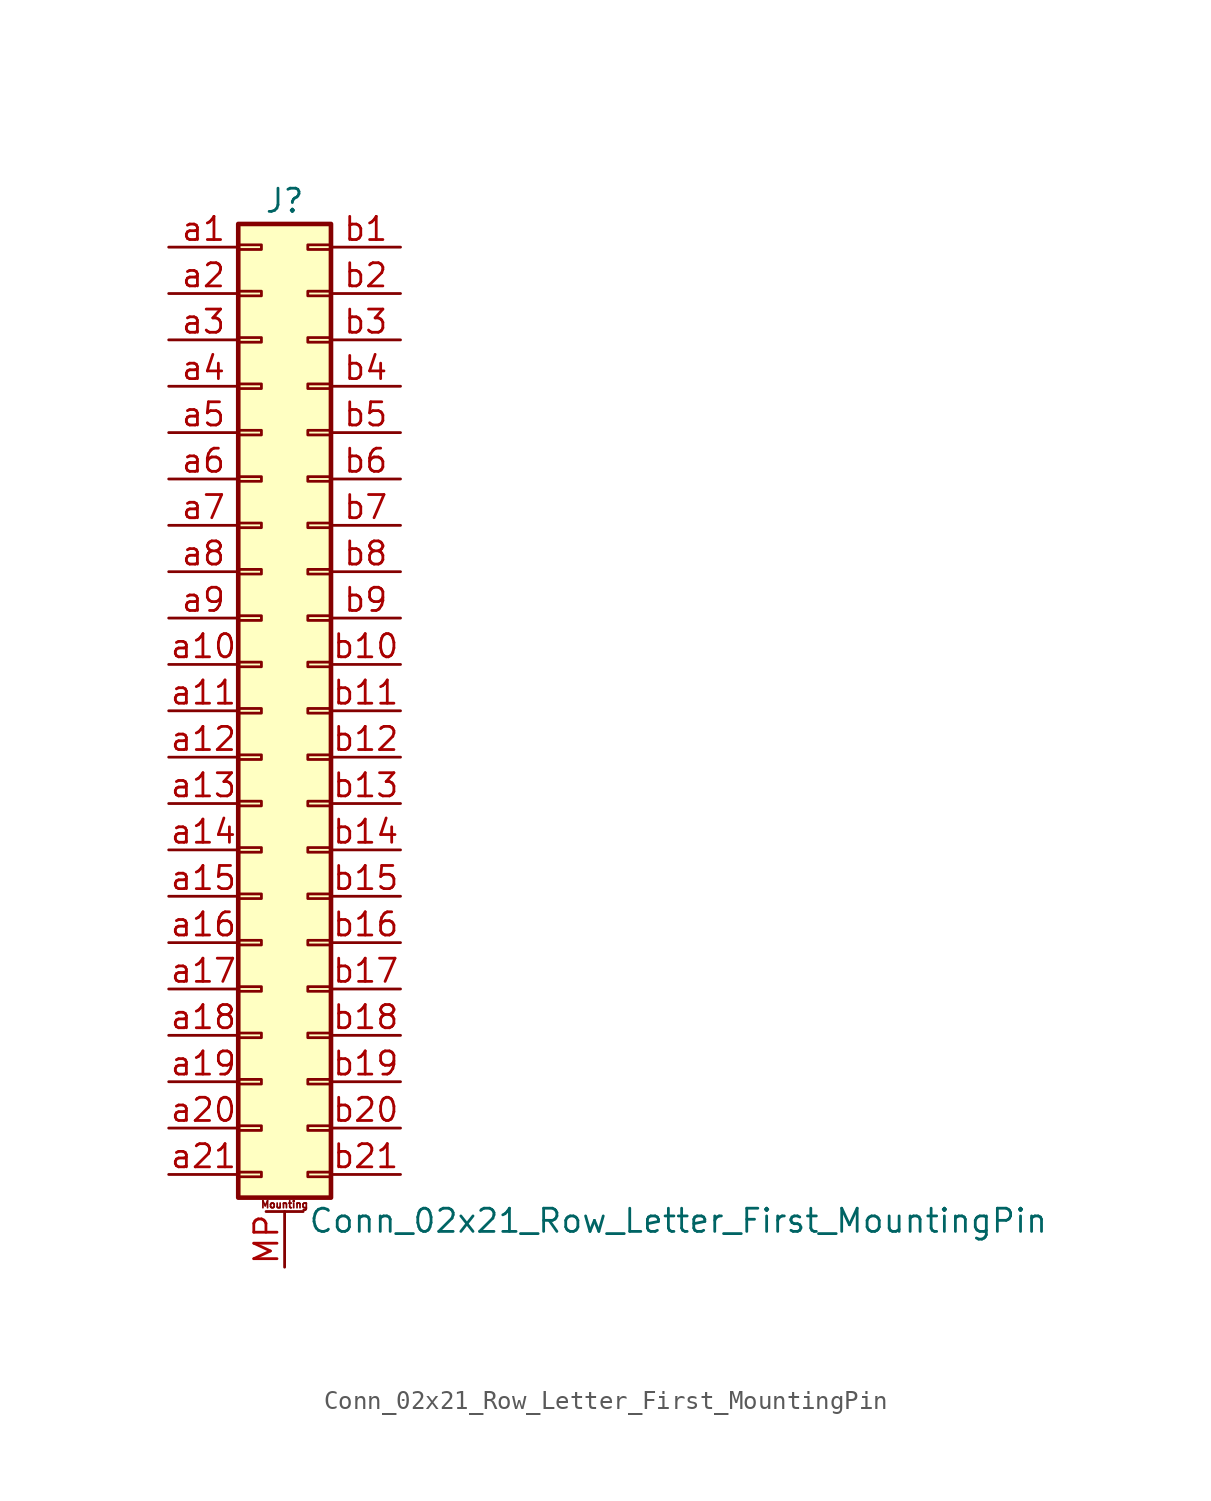
<source format=kicad_sym>
(kicad_symbol_lib
  (version 20211014)
  (generator kicad_symbol_editor)
  (symbol "Conn_02x21_Row_Letter_First_MountingPin"
    (pin_names
      (offset 1.016) hide)
    (property "Reference" "J"
      (at 1.27 27.94 0)
      (effects (font (size 1.27 1.27))))
    (property "Value" "Conn_02x21_Row_Letter_First_MountingPin"
      (at 2.54 -27.94 0)
      (effects (font (size 1.27 1.27)) (justify left)))
    (symbol "Conn_02x21_Row_Letter_First_MountingPin_1_1"
      (rectangle (start -1.27 -25.273) (end 0 -25.527) (stroke (width 0.152) (type default) (color 0 0 0 0)) (fill (type none)))
      (rectangle (start -1.27 -22.733) (end 0 -22.987) (stroke (width 0.152) (type default) (color 0 0 0 0)) (fill (type none)))
      (rectangle (start -1.27 -20.193) (end 0 -20.447) (stroke (width 0.152) (type default) (color 0 0 0 0)) (fill (type none)))
      (rectangle (start -1.27 -17.653) (end 0 -17.907) (stroke (width 0.152) (type default) (color 0 0 0 0)) (fill (type none)))
      (rectangle (start -1.27 -15.113) (end 0 -15.367) (stroke (width 0.152) (type default) (color 0 0 0 0)) (fill (type none)))
      (rectangle (start -1.27 -12.573) (end 0 -12.827) (stroke (width 0.152) (type default) (color 0 0 0 0)) (fill (type none)))
      (rectangle (start -1.27 -10.033) (end 0 -10.287) (stroke (width 0.152) (type default) (color 0 0 0 0)) (fill (type none)))
      (rectangle (start -1.27 -7.493) (end 0 -7.747) (stroke (width 0.152) (type default) (color 0 0 0 0)) (fill (type none)))
      (rectangle (start -1.27 -4.953) (end 0 -5.207) (stroke (width 0.152) (type default) (color 0 0 0 0)) (fill (type none)))
      (rectangle (start -1.27 -2.413) (end 0 -2.667) (stroke (width 0.152) (type default) (color 0 0 0 0)) (fill (type none)))
      (rectangle (start -1.27 0.127) (end 0 -0.127) (stroke (width 0.152) (type default) (color 0 0 0 0)) (fill (type none)))
      (rectangle (start -1.27 2.667) (end 0 2.413) (stroke (width 0.152) (type default) (color 0 0 0 0)) (fill (type none)))
      (rectangle (start -1.27 5.207) (end 0 4.953) (stroke (width 0.152) (type default) (color 0 0 0 0)) (fill (type none)))
      (rectangle (start -1.27 7.747) (end 0 7.493) (stroke (width 0.152) (type default) (color 0 0 0 0)) (fill (type none)))
      (rectangle (start -1.27 10.287) (end 0 10.033) (stroke (width 0.152) (type default) (color 0 0 0 0)) (fill (type none)))
      (rectangle (start -1.27 12.827) (end 0 12.573) (stroke (width 0.152) (type default) (color 0 0 0 0)) (fill (type none)))
      (rectangle (start -1.27 15.367) (end 0 15.113) (stroke (width 0.152) (type default) (color 0 0 0 0)) (fill (type none)))
      (rectangle (start -1.27 17.907) (end 0 17.653) (stroke (width 0.152) (type default) (color 0 0 0 0)) (fill (type none)))
      (rectangle (start -1.27 20.447) (end 0 20.193) (stroke (width 0.152) (type default) (color 0 0 0 0)) (fill (type none)))
      (rectangle (start -1.27 22.987) (end 0 22.733) (stroke (width 0.152) (type default) (color 0 0 0 0)) (fill (type none)))
      (rectangle (start -1.27 25.527) (end 0 25.273) (stroke (width 0.152) (type default) (color 0 0 0 0)) (fill (type none)))
      (rectangle (start -1.27 26.67) (end 3.81 -26.67) (stroke (width 0.254) (type default) (color 0 0 0 0)) (fill (type background)))
      (polyline (pts (xy 0.254 -27.432) (xy 2.286 -27.432)) (stroke (width 0.152) (type default) (color 0 0 0 0)) (fill (type none)))
      (rectangle (start 3.81 -25.273) (end 2.54 -25.527) (stroke (width 0.152) (type default) (color 0 0 0 0)) (fill (type none)))
      (rectangle (start 3.81 -22.733) (end 2.54 -22.987) (stroke (width 0.152) (type default) (color 0 0 0 0)) (fill (type none)))
      (rectangle (start 3.81 -20.193) (end 2.54 -20.447) (stroke (width 0.152) (type default) (color 0 0 0 0)) (fill (type none)))
      (rectangle (start 3.81 -17.653) (end 2.54 -17.907) (stroke (width 0.152) (type default) (color 0 0 0 0)) (fill (type none)))
      (rectangle (start 3.81 -15.113) (end 2.54 -15.367) (stroke (width 0.152) (type default) (color 0 0 0 0)) (fill (type none)))
      (rectangle (start 3.81 -12.573) (end 2.54 -12.827) (stroke (width 0.152) (type default) (color 0 0 0 0)) (fill (type none)))
      (rectangle (start 3.81 -10.033) (end 2.54 -10.287) (stroke (width 0.152) (type default) (color 0 0 0 0)) (fill (type none)))
      (rectangle (start 3.81 -7.493) (end 2.54 -7.747) (stroke (width 0.152) (type default) (color 0 0 0 0)) (fill (type none)))
      (rectangle (start 3.81 -4.953) (end 2.54 -5.207) (stroke (width 0.152) (type default) (color 0 0 0 0)) (fill (type none)))
      (rectangle (start 3.81 -2.413) (end 2.54 -2.667) (stroke (width 0.152) (type default) (color 0 0 0 0)) (fill (type none)))
      (rectangle (start 3.81 0.127) (end 2.54 -0.127) (stroke (width 0.152) (type default) (color 0 0 0 0)) (fill (type none)))
      (rectangle (start 3.81 2.667) (end 2.54 2.413) (stroke (width 0.152) (type default) (color 0 0 0 0)) (fill (type none)))
      (rectangle (start 3.81 5.207) (end 2.54 4.953) (stroke (width 0.152) (type default) (color 0 0 0 0)) (fill (type none)))
      (rectangle (start 3.81 7.747) (end 2.54 7.493) (stroke (width 0.152) (type default) (color 0 0 0 0)) (fill (type none)))
      (rectangle (start 3.81 10.287) (end 2.54 10.033) (stroke (width 0.152) (type default) (color 0 0 0 0)) (fill (type none)))
      (rectangle (start 3.81 12.827) (end 2.54 12.573) (stroke (width 0.152) (type default) (color 0 0 0 0)) (fill (type none)))
      (rectangle (start 3.81 15.367) (end 2.54 15.113) (stroke (width 0.152) (type default) (color 0 0 0 0)) (fill (type none)))
      (rectangle (start 3.81 17.907) (end 2.54 17.653) (stroke (width 0.152) (type default) (color 0 0 0 0)) (fill (type none)))
      (rectangle (start 3.81 20.447) (end 2.54 20.193) (stroke (width 0.152) (type default) (color 0 0 0 0)) (fill (type none)))
      (rectangle (start 3.81 22.987) (end 2.54 22.733) (stroke (width 0.152) (type default) (color 0 0 0 0)) (fill (type none)))
      (rectangle (start 3.81 25.527) (end 2.54 25.273) (stroke (width 0.152) (type default) (color 0 0 0 0)) (fill (type none)))
      (text "Mounting" (at 1.27 -27.051 0) (effects (font (size 0.381 0.381))))
      (pin passive line (at 1.27 -30.48 90) (length 3.048) (name "MountPin" (effects (font (size 1.27 1.27)))) (number "MP" (effects (font (size 1.27 1.27)))))
      (pin passive line (at -5.08 25.4 0) (length 3.81) (name "Pin_a1" (effects (font (size 1.27 1.27)))) (number "a1" (effects (font (size 1.27 1.27)))))
      (pin passive line (at -5.08 2.54 0) (length 3.81) (name "Pin_a10" (effects (font (size 1.27 1.27)))) (number "a10" (effects (font (size 1.27 1.27)))))
      (pin passive line (at -5.08 0 0) (length 3.81) (name "Pin_a11" (effects (font (size 1.27 1.27)))) (number "a11" (effects (font (size 1.27 1.27)))))
      (pin passive line (at -5.08 -2.54 0) (length 3.81) (name "Pin_a12" (effects (font (size 1.27 1.27)))) (number "a12" (effects (font (size 1.27 1.27)))))
      (pin passive line (at -5.08 -5.08 0) (length 3.81) (name "Pin_a13" (effects (font (size 1.27 1.27)))) (number "a13" (effects (font (size 1.27 1.27)))))
      (pin passive line (at -5.08 -7.62 0) (length 3.81) (name "Pin_a14" (effects (font (size 1.27 1.27)))) (number "a14" (effects (font (size 1.27 1.27)))))
      (pin passive line (at -5.08 -10.16 0) (length 3.81) (name "Pin_a15" (effects (font (size 1.27 1.27)))) (number "a15" (effects (font (size 1.27 1.27)))))
      (pin passive line (at -5.08 -12.7 0) (length 3.81) (name "Pin_a16" (effects (font (size 1.27 1.27)))) (number "a16" (effects (font (size 1.27 1.27)))))
      (pin passive line (at -5.08 -15.24 0) (length 3.81) (name "Pin_a17" (effects (font (size 1.27 1.27)))) (number "a17" (effects (font (size 1.27 1.27)))))
      (pin passive line (at -5.08 -17.78 0) (length 3.81) (name "Pin_a18" (effects (font (size 1.27 1.27)))) (number "a18" (effects (font (size 1.27 1.27)))))
      (pin passive line (at -5.08 -20.32 0) (length 3.81) (name "Pin_a19" (effects (font (size 1.27 1.27)))) (number "a19" (effects (font (size 1.27 1.27)))))
      (pin passive line (at -5.08 22.86 0) (length 3.81) (name "Pin_a2" (effects (font (size 1.27 1.27)))) (number "a2" (effects (font (size 1.27 1.27)))))
      (pin passive line (at -5.08 -22.86 0) (length 3.81) (name "Pin_a20" (effects (font (size 1.27 1.27)))) (number "a20" (effects (font (size 1.27 1.27)))))
      (pin passive line (at -5.08 -25.4 0) (length 3.81) (name "Pin_a21" (effects (font (size 1.27 1.27)))) (number "a21" (effects (font (size 1.27 1.27)))))
      (pin passive line (at -5.08 20.32 0) (length 3.81) (name "Pin_a3" (effects (font (size 1.27 1.27)))) (number "a3" (effects (font (size 1.27 1.27)))))
      (pin passive line (at -5.08 17.78 0) (length 3.81) (name "Pin_a4" (effects (font (size 1.27 1.27)))) (number "a4" (effects (font (size 1.27 1.27)))))
      (pin passive line (at -5.08 15.24 0) (length 3.81) (name "Pin_a5" (effects (font (size 1.27 1.27)))) (number "a5" (effects (font (size 1.27 1.27)))))
      (pin passive line (at -5.08 12.7 0) (length 3.81) (name "Pin_a6" (effects (font (size 1.27 1.27)))) (number "a6" (effects (font (size 1.27 1.27)))))
      (pin passive line (at -5.08 10.16 0) (length 3.81) (name "Pin_a7" (effects (font (size 1.27 1.27)))) (number "a7" (effects (font (size 1.27 1.27)))))
      (pin passive line (at -5.08 7.62 0) (length 3.81) (name "Pin_a8" (effects (font (size 1.27 1.27)))) (number "a8" (effects (font (size 1.27 1.27)))))
      (pin passive line (at -5.08 5.08 0) (length 3.81) (name "Pin_a9" (effects (font (size 1.27 1.27)))) (number "a9" (effects (font (size 1.27 1.27)))))
      (pin passive line (at 7.62 25.4 180) (length 3.81) (name "Pin_b1" (effects (font (size 1.27 1.27)))) (number "b1" (effects (font (size 1.27 1.27)))))
      (pin passive line (at 7.62 2.54 180) (length 3.81) (name "Pin_b10" (effects (font (size 1.27 1.27)))) (number "b10" (effects (font (size 1.27 1.27)))))
      (pin passive line (at 7.62 0 180) (length 3.81) (name "Pin_b11" (effects (font (size 1.27 1.27)))) (number "b11" (effects (font (size 1.27 1.27)))))
      (pin passive line (at 7.62 -2.54 180) (length 3.81) (name "Pin_b12" (effects (font (size 1.27 1.27)))) (number "b12" (effects (font (size 1.27 1.27)))))
      (pin passive line (at 7.62 -5.08 180) (length 3.81) (name "Pin_b13" (effects (font (size 1.27 1.27)))) (number "b13" (effects (font (size 1.27 1.27)))))
      (pin passive line (at 7.62 -7.62 180) (length 3.81) (name "Pin_b14" (effects (font (size 1.27 1.27)))) (number "b14" (effects (font (size 1.27 1.27)))))
      (pin passive line (at 7.62 -10.16 180) (length 3.81) (name "Pin_b15" (effects (font (size 1.27 1.27)))) (number "b15" (effects (font (size 1.27 1.27)))))
      (pin passive line (at 7.62 -12.7 180) (length 3.81) (name "Pin_b16" (effects (font (size 1.27 1.27)))) (number "b16" (effects (font (size 1.27 1.27)))))
      (pin passive line (at 7.62 -15.24 180) (length 3.81) (name "Pin_b17" (effects (font (size 1.27 1.27)))) (number "b17" (effects (font (size 1.27 1.27)))))
      (pin passive line (at 7.62 -17.78 180) (length 3.81) (name "Pin_b18" (effects (font (size 1.27 1.27)))) (number "b18" (effects (font (size 1.27 1.27)))))
      (pin passive line (at 7.62 -20.32 180) (length 3.81) (name "Pin_b19" (effects (font (size 1.27 1.27)))) (number "b19" (effects (font (size 1.27 1.27)))))
      (pin passive line (at 7.62 22.86 180) (length 3.81) (name "Pin_b2" (effects (font (size 1.27 1.27)))) (number "b2" (effects (font (size 1.27 1.27)))))
      (pin passive line (at 7.62 -22.86 180) (length 3.81) (name "Pin_b20" (effects (font (size 1.27 1.27)))) (number "b20" (effects (font (size 1.27 1.27)))))
      (pin passive line (at 7.62 -25.4 180) (length 3.81) (name "Pin_b21" (effects (font (size 1.27 1.27)))) (number "b21" (effects (font (size 1.27 1.27)))))
      (pin passive line (at 7.62 20.32 180) (length 3.81) (name "Pin_b3" (effects (font (size 1.27 1.27)))) (number "b3" (effects (font (size 1.27 1.27)))))
      (pin passive line (at 7.62 17.78 180) (length 3.81) (name "Pin_b4" (effects (font (size 1.27 1.27)))) (number "b4" (effects (font (size 1.27 1.27)))))
      (pin passive line (at 7.62 15.24 180) (length 3.81) (name "Pin_b5" (effects (font (size 1.27 1.27)))) (number "b5" (effects (font (size 1.27 1.27)))))
      (pin passive line (at 7.62 12.7 180) (length 3.81) (name "Pin_b6" (effects (font (size 1.27 1.27)))) (number "b6" (effects (font (size 1.27 1.27)))))
      (pin passive line (at 7.62 10.16 180) (length 3.81) (name "Pin_b7" (effects (font (size 1.27 1.27)))) (number "b7" (effects (font (size 1.27 1.27)))))
      (pin passive line (at 7.62 7.62 180) (length 3.81) (name "Pin_b8" (effects (font (size 1.27 1.27)))) (number "b8" (effects (font (size 1.27 1.27)))))
      (pin passive line (at 7.62 5.08 180) (length 3.81) (name "Pin_b9" (effects (font (size 1.27 1.27)))) (number "b9" (effects (font (size 1.27 1.27))))))))
</source>
